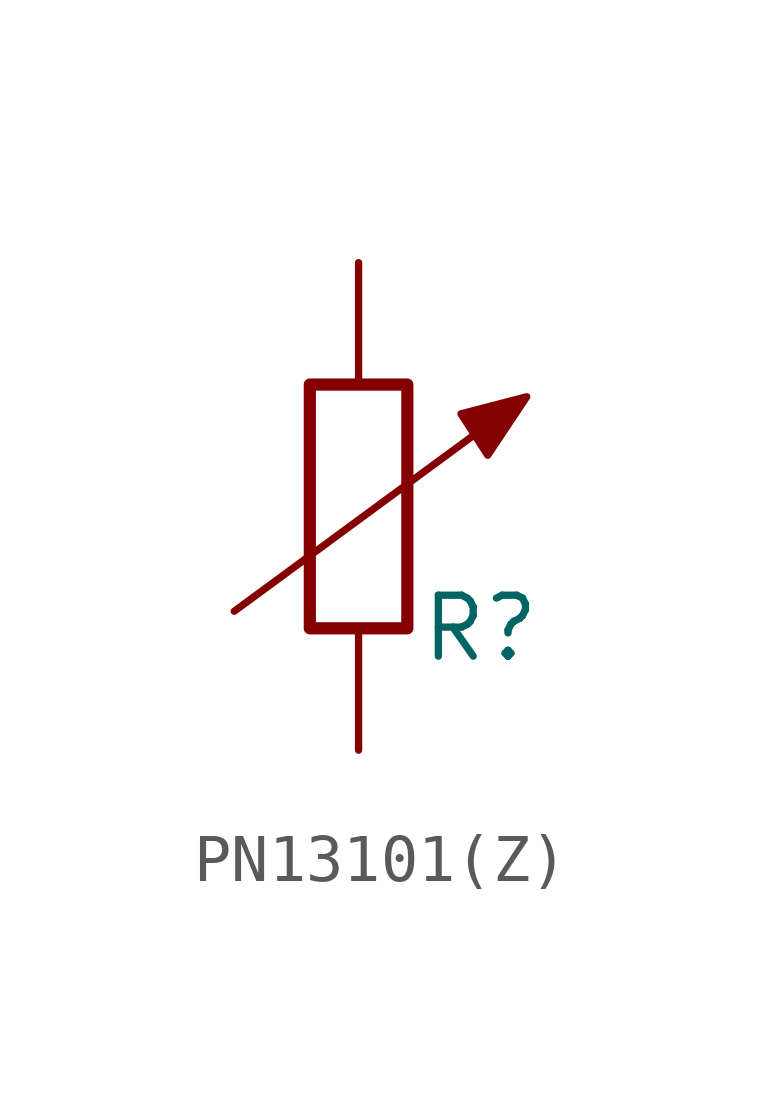
<source format=kicad_sym>
(kicad_symbol_lib
  (version 20211014)
  (generator kicad_symbol_editor)
  (symbol "PN13101(Z)"
    (pin_numbers hide)
    (pin_names hide)
    (property "Reference" "R"
      (at 3.81 2.54 0)
      (effects (font (size 1.27 1.27))))
    (symbol "PN13101(Z)_0_1"
      (polyline (pts (xy 4.623 7.264) (xy -1.321 2.896)) (stroke (width 0) (type default) (color 0 0 0 0)) (fill (type none)))
      (polyline (pts (xy 4.775 7.366) (xy 3.404 7.01) (xy 3.962 6.147) (xy 4.775 7.366)) (stroke (width 0) (type default) (color 0 0 0 0)) (fill (type outline)))
      (rectangle (start 2.286 7.62) (end 0.254 2.54) (stroke (width 0.254) (type default) (color 0 0 0 0)) (fill (type none))))
    (symbol "PN13101(Z)_1_1"
      (pin passive line (at 1.27 0 90) (length 2.54) (name "A" (effects (font (size 1.27 1.27)))) (number "1" (effects (font (size 1.27 1.27)))))
      (pin passive line (at 1.27 10.16 270) (length 2.54) (name "B" (effects (font (size 1.27 1.27)))) (number "2" (effects (font (size 1.27 1.27))))))))
</source>
